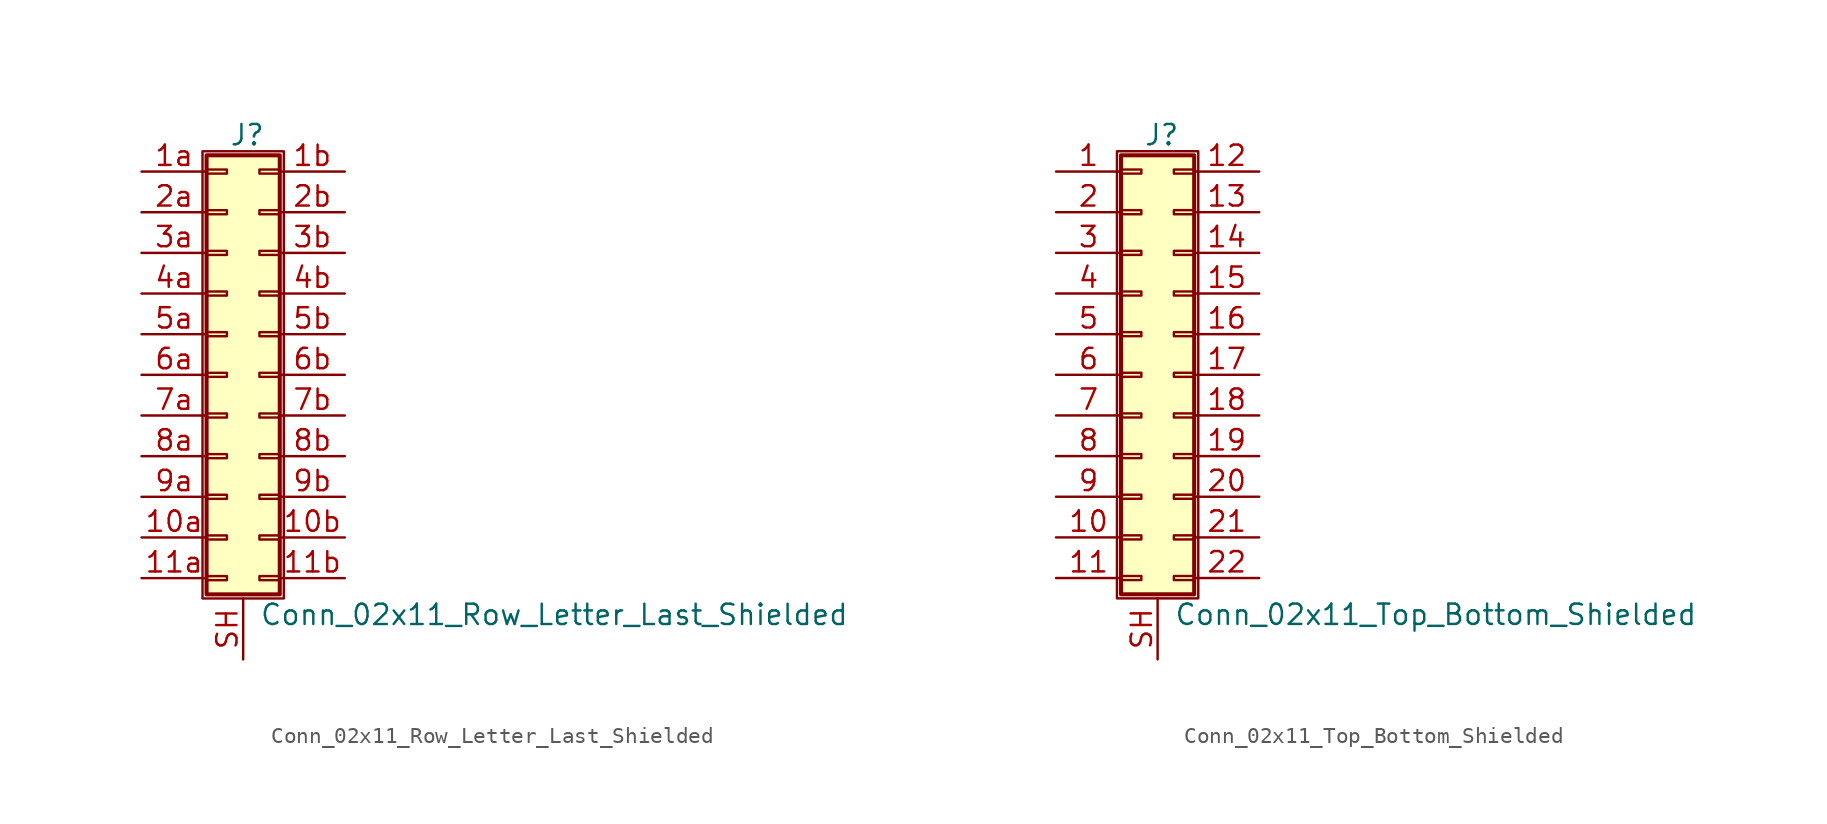
<source format=kicad_sym>
(kicad_symbol_lib
  (version 20201005)
  (generator kicad_symbol_editor)
  (symbol "Conn_02x11_Row_Letter_Last_Shielded"
    (pin_names
      (offset 1.016) hide)
    (property "Reference" "J"
      (at 1.524 14.986 0)
      (effects (font (size 1.27 1.27))))
    (property "Value" "Conn_02x11_Row_Letter_Last_Shielded"
      (at 2.286 -14.986 0)
      (effects (font (size 1.27 1.27)) (justify left)))
    (symbol "Conn_02x11_Row_Letter_Last_Shielded_1_1"
      (rectangle (start -1.27 13.97) (end 3.81 -13.97) (stroke (width 0.152)) (fill (type none)))
      (rectangle (start -1.016 -12.573) (end 0.254 -12.827) (stroke (width 0.152)) (fill (type none)))
      (rectangle (start -1.016 -10.033) (end 0.254 -10.287) (stroke (width 0.152)) (fill (type none)))
      (rectangle (start -1.016 -7.493) (end 0.254 -7.747) (stroke (width 0.152)) (fill (type none)))
      (rectangle (start -1.016 -4.953) (end 0.254 -5.207) (stroke (width 0.152)) (fill (type none)))
      (rectangle (start -1.016 -2.413) (end 0.254 -2.667) (stroke (width 0.152)) (fill (type none)))
      (rectangle (start -1.016 0.127) (end 0.254 -0.127) (stroke (width 0.152)) (fill (type none)))
      (rectangle (start -1.016 2.667) (end 0.254 2.413) (stroke (width 0.152)) (fill (type none)))
      (rectangle (start -1.016 5.207) (end 0.254 4.953) (stroke (width 0.152)) (fill (type none)))
      (rectangle (start -1.016 7.747) (end 0.254 7.493) (stroke (width 0.152)) (fill (type none)))
      (rectangle (start -1.016 10.287) (end 0.254 10.033) (stroke (width 0.152)) (fill (type none)))
      (rectangle (start -1.016 12.827) (end 0.254 12.573) (stroke (width 0.152)) (fill (type none)))
      (rectangle (start -1.016 13.716) (end 3.556 -13.716) (stroke (width 0.254)) (fill (type background)))
      (rectangle (start 3.556 -12.573) (end 2.286 -12.827) (stroke (width 0.152)) (fill (type none)))
      (rectangle (start 3.556 -10.033) (end 2.286 -10.287) (stroke (width 0.152)) (fill (type none)))
      (rectangle (start 3.556 -7.493) (end 2.286 -7.747) (stroke (width 0.152)) (fill (type none)))
      (rectangle (start 3.556 -4.953) (end 2.286 -5.207) (stroke (width 0.152)) (fill (type none)))
      (rectangle (start 3.556 -2.413) (end 2.286 -2.667) (stroke (width 0.152)) (fill (type none)))
      (rectangle (start 3.556 0.127) (end 2.286 -0.127) (stroke (width 0.152)) (fill (type none)))
      (rectangle (start 3.556 2.667) (end 2.286 2.413) (stroke (width 0.152)) (fill (type none)))
      (rectangle (start 3.556 5.207) (end 2.286 4.953) (stroke (width 0.152)) (fill (type none)))
      (rectangle (start 3.556 7.747) (end 2.286 7.493) (stroke (width 0.152)) (fill (type none)))
      (rectangle (start 3.556 10.287) (end 2.286 10.033) (stroke (width 0.152)) (fill (type none)))
      (rectangle (start 3.556 12.827) (end 2.286 12.573) (stroke (width 0.152)) (fill (type none)))
      (pin passive line (at -5.08 -10.16 0) (length 4.064) (name "Pin_10a" (effects (font (size 1.27 1.27)))) (number "10a" (effects (font (size 1.27 1.27)))))
      (pin passive line (at 7.62 -10.16 180) (length 4.064) (name "Pin_10b" (effects (font (size 1.27 1.27)))) (number "10b" (effects (font (size 1.27 1.27)))))
      (pin passive line (at -5.08 -12.7 0) (length 4.064) (name "Pin_11a" (effects (font (size 1.27 1.27)))) (number "11a" (effects (font (size 1.27 1.27)))))
      (pin passive line (at 7.62 -12.7 180) (length 4.064) (name "Pin_11b" (effects (font (size 1.27 1.27)))) (number "11b" (effects (font (size 1.27 1.27)))))
      (pin passive line (at -5.08 12.7 0) (length 4.064) (name "Pin_1a" (effects (font (size 1.27 1.27)))) (number "1a" (effects (font (size 1.27 1.27)))))
      (pin passive line (at 7.62 12.7 180) (length 4.064) (name "Pin_1b" (effects (font (size 1.27 1.27)))) (number "1b" (effects (font (size 1.27 1.27)))))
      (pin passive line (at -5.08 10.16 0) (length 4.064) (name "Pin_2a" (effects (font (size 1.27 1.27)))) (number "2a" (effects (font (size 1.27 1.27)))))
      (pin passive line (at 7.62 10.16 180) (length 4.064) (name "Pin_2b" (effects (font (size 1.27 1.27)))) (number "2b" (effects (font (size 1.27 1.27)))))
      (pin passive line (at -5.08 7.62 0) (length 4.064) (name "Pin_3a" (effects (font (size 1.27 1.27)))) (number "3a" (effects (font (size 1.27 1.27)))))
      (pin passive line (at 7.62 7.62 180) (length 4.064) (name "Pin_3b" (effects (font (size 1.27 1.27)))) (number "3b" (effects (font (size 1.27 1.27)))))
      (pin passive line (at -5.08 5.08 0) (length 4.064) (name "Pin_4a" (effects (font (size 1.27 1.27)))) (number "4a" (effects (font (size 1.27 1.27)))))
      (pin passive line (at 7.62 5.08 180) (length 4.064) (name "Pin_4b" (effects (font (size 1.27 1.27)))) (number "4b" (effects (font (size 1.27 1.27)))))
      (pin passive line (at -5.08 2.54 0) (length 4.064) (name "Pin_5a" (effects (font (size 1.27 1.27)))) (number "5a" (effects (font (size 1.27 1.27)))))
      (pin passive line (at 7.62 2.54 180) (length 4.064) (name "Pin_5b" (effects (font (size 1.27 1.27)))) (number "5b" (effects (font (size 1.27 1.27)))))
      (pin passive line (at -5.08 0 0) (length 4.064) (name "Pin_6a" (effects (font (size 1.27 1.27)))) (number "6a" (effects (font (size 1.27 1.27)))))
      (pin passive line (at 7.62 0 180) (length 4.064) (name "Pin_6b" (effects (font (size 1.27 1.27)))) (number "6b" (effects (font (size 1.27 1.27)))))
      (pin passive line (at -5.08 -2.54 0) (length 4.064) (name "Pin_7a" (effects (font (size 1.27 1.27)))) (number "7a" (effects (font (size 1.27 1.27)))))
      (pin passive line (at 7.62 -2.54 180) (length 4.064) (name "Pin_7b" (effects (font (size 1.27 1.27)))) (number "7b" (effects (font (size 1.27 1.27)))))
      (pin passive line (at -5.08 -5.08 0) (length 4.064) (name "Pin_8a" (effects (font (size 1.27 1.27)))) (number "8a" (effects (font (size 1.27 1.27)))))
      (pin passive line (at 7.62 -5.08 180) (length 4.064) (name "Pin_8b" (effects (font (size 1.27 1.27)))) (number "8b" (effects (font (size 1.27 1.27)))))
      (pin passive line (at -5.08 -7.62 0) (length 4.064) (name "Pin_9a" (effects (font (size 1.27 1.27)))) (number "9a" (effects (font (size 1.27 1.27)))))
      (pin passive line (at 7.62 -7.62 180) (length 4.064) (name "Pin_9b" (effects (font (size 1.27 1.27)))) (number "9b" (effects (font (size 1.27 1.27)))))
      (pin passive line (at 1.27 -17.78 90) (length 3.81) (name "Shield" (effects (font (size 1.27 1.27)))) (number "SH" (effects (font (size 1.27 1.27)))))))
  (symbol "Conn_02x11_Top_Bottom_Shielded"
    (pin_names
      (offset 1.016) hide)
    (property "Reference" "J"
      (at 1.524 14.986 0)
      (effects (font (size 1.27 1.27))))
    (property "Value" "Conn_02x11_Top_Bottom_Shielded"
      (at 2.286 -14.986 0)
      (effects (font (size 1.27 1.27)) (justify left)))
    (symbol "Conn_02x11_Top_Bottom_Shielded_1_1"
      (rectangle (start -1.27 13.97) (end 3.81 -13.97) (stroke (width 0.152)) (fill (type none)))
      (rectangle (start -1.016 -12.573) (end 0.254 -12.827) (stroke (width 0.152)) (fill (type none)))
      (rectangle (start -1.016 -10.033) (end 0.254 -10.287) (stroke (width 0.152)) (fill (type none)))
      (rectangle (start -1.016 -7.493) (end 0.254 -7.747) (stroke (width 0.152)) (fill (type none)))
      (rectangle (start -1.016 -4.953) (end 0.254 -5.207) (stroke (width 0.152)) (fill (type none)))
      (rectangle (start -1.016 -2.413) (end 0.254 -2.667) (stroke (width 0.152)) (fill (type none)))
      (rectangle (start -1.016 0.127) (end 0.254 -0.127) (stroke (width 0.152)) (fill (type none)))
      (rectangle (start -1.016 2.667) (end 0.254 2.413) (stroke (width 0.152)) (fill (type none)))
      (rectangle (start -1.016 5.207) (end 0.254 4.953) (stroke (width 0.152)) (fill (type none)))
      (rectangle (start -1.016 7.747) (end 0.254 7.493) (stroke (width 0.152)) (fill (type none)))
      (rectangle (start -1.016 10.287) (end 0.254 10.033) (stroke (width 0.152)) (fill (type none)))
      (rectangle (start -1.016 12.827) (end 0.254 12.573) (stroke (width 0.152)) (fill (type none)))
      (rectangle (start -1.016 13.716) (end 3.556 -13.716) (stroke (width 0.254)) (fill (type background)))
      (rectangle (start 3.556 -12.573) (end 2.286 -12.827) (stroke (width 0.152)) (fill (type none)))
      (rectangle (start 3.556 -10.033) (end 2.286 -10.287) (stroke (width 0.152)) (fill (type none)))
      (rectangle (start 3.556 -7.493) (end 2.286 -7.747) (stroke (width 0.152)) (fill (type none)))
      (rectangle (start 3.556 -4.953) (end 2.286 -5.207) (stroke (width 0.152)) (fill (type none)))
      (rectangle (start 3.556 -2.413) (end 2.286 -2.667) (stroke (width 0.152)) (fill (type none)))
      (rectangle (start 3.556 0.127) (end 2.286 -0.127) (stroke (width 0.152)) (fill (type none)))
      (rectangle (start 3.556 2.667) (end 2.286 2.413) (stroke (width 0.152)) (fill (type none)))
      (rectangle (start 3.556 5.207) (end 2.286 4.953) (stroke (width 0.152)) (fill (type none)))
      (rectangle (start 3.556 7.747) (end 2.286 7.493) (stroke (width 0.152)) (fill (type none)))
      (rectangle (start 3.556 10.287) (end 2.286 10.033) (stroke (width 0.152)) (fill (type none)))
      (rectangle (start 3.556 12.827) (end 2.286 12.573) (stroke (width 0.152)) (fill (type none)))
      (pin passive line (at -5.08 12.7 0) (length 4.064) (name "Pin_1" (effects (font (size 1.27 1.27)))) (number "1" (effects (font (size 1.27 1.27)))))
      (pin passive line (at -5.08 -10.16 0) (length 4.064) (name "Pin_10" (effects (font (size 1.27 1.27)))) (number "10" (effects (font (size 1.27 1.27)))))
      (pin passive line (at -5.08 -12.7 0) (length 4.064) (name "Pin_11" (effects (font (size 1.27 1.27)))) (number "11" (effects (font (size 1.27 1.27)))))
      (pin passive line (at 7.62 12.7 180) (length 4.064) (name "Pin_12" (effects (font (size 1.27 1.27)))) (number "12" (effects (font (size 1.27 1.27)))))
      (pin passive line (at 7.62 10.16 180) (length 4.064) (name "Pin_13" (effects (font (size 1.27 1.27)))) (number "13" (effects (font (size 1.27 1.27)))))
      (pin passive line (at 7.62 7.62 180) (length 4.064) (name "Pin_14" (effects (font (size 1.27 1.27)))) (number "14" (effects (font (size 1.27 1.27)))))
      (pin passive line (at 7.62 5.08 180) (length 4.064) (name "Pin_15" (effects (font (size 1.27 1.27)))) (number "15" (effects (font (size 1.27 1.27)))))
      (pin passive line (at 7.62 2.54 180) (length 4.064) (name "Pin_16" (effects (font (size 1.27 1.27)))) (number "16" (effects (font (size 1.27 1.27)))))
      (pin passive line (at 7.62 0 180) (length 4.064) (name "Pin_17" (effects (font (size 1.27 1.27)))) (number "17" (effects (font (size 1.27 1.27)))))
      (pin passive line (at 7.62 -2.54 180) (length 4.064) (name "Pin_18" (effects (font (size 1.27 1.27)))) (number "18" (effects (font (size 1.27 1.27)))))
      (pin passive line (at 7.62 -5.08 180) (length 4.064) (name "Pin_19" (effects (font (size 1.27 1.27)))) (number "19" (effects (font (size 1.27 1.27)))))
      (pin passive line (at -5.08 10.16 0) (length 4.064) (name "Pin_2" (effects (font (size 1.27 1.27)))) (number "2" (effects (font (size 1.27 1.27)))))
      (pin passive line (at 7.62 -7.62 180) (length 4.064) (name "Pin_20" (effects (font (size 1.27 1.27)))) (number "20" (effects (font (size 1.27 1.27)))))
      (pin passive line (at 7.62 -10.16 180) (length 4.064) (name "Pin_21" (effects (font (size 1.27 1.27)))) (number "21" (effects (font (size 1.27 1.27)))))
      (pin passive line (at 7.62 -12.7 180) (length 4.064) (name "Pin_22" (effects (font (size 1.27 1.27)))) (number "22" (effects (font (size 1.27 1.27)))))
      (pin passive line (at -5.08 7.62 0) (length 4.064) (name "Pin_3" (effects (font (size 1.27 1.27)))) (number "3" (effects (font (size 1.27 1.27)))))
      (pin passive line (at -5.08 5.08 0) (length 4.064) (name "Pin_4" (effects (font (size 1.27 1.27)))) (number "4" (effects (font (size 1.27 1.27)))))
      (pin passive line (at -5.08 2.54 0) (length 4.064) (name "Pin_5" (effects (font (size 1.27 1.27)))) (number "5" (effects (font (size 1.27 1.27)))))
      (pin passive line (at -5.08 0 0) (length 4.064) (name "Pin_6" (effects (font (size 1.27 1.27)))) (number "6" (effects (font (size 1.27 1.27)))))
      (pin passive line (at -5.08 -2.54 0) (length 4.064) (name "Pin_7" (effects (font (size 1.27 1.27)))) (number "7" (effects (font (size 1.27 1.27)))))
      (pin passive line (at -5.08 -5.08 0) (length 4.064) (name "Pin_8" (effects (font (size 1.27 1.27)))) (number "8" (effects (font (size 1.27 1.27)))))
      (pin passive line (at -5.08 -7.62 0) (length 4.064) (name "Pin_9" (effects (font (size 1.27 1.27)))) (number "9" (effects (font (size 1.27 1.27)))))
      (pin passive line (at 1.27 -17.78 90) (length 3.81) (name "Shield" (effects (font (size 1.27 1.27)))) (number "SH" (effects (font (size 1.27 1.27))))))))
</source>
